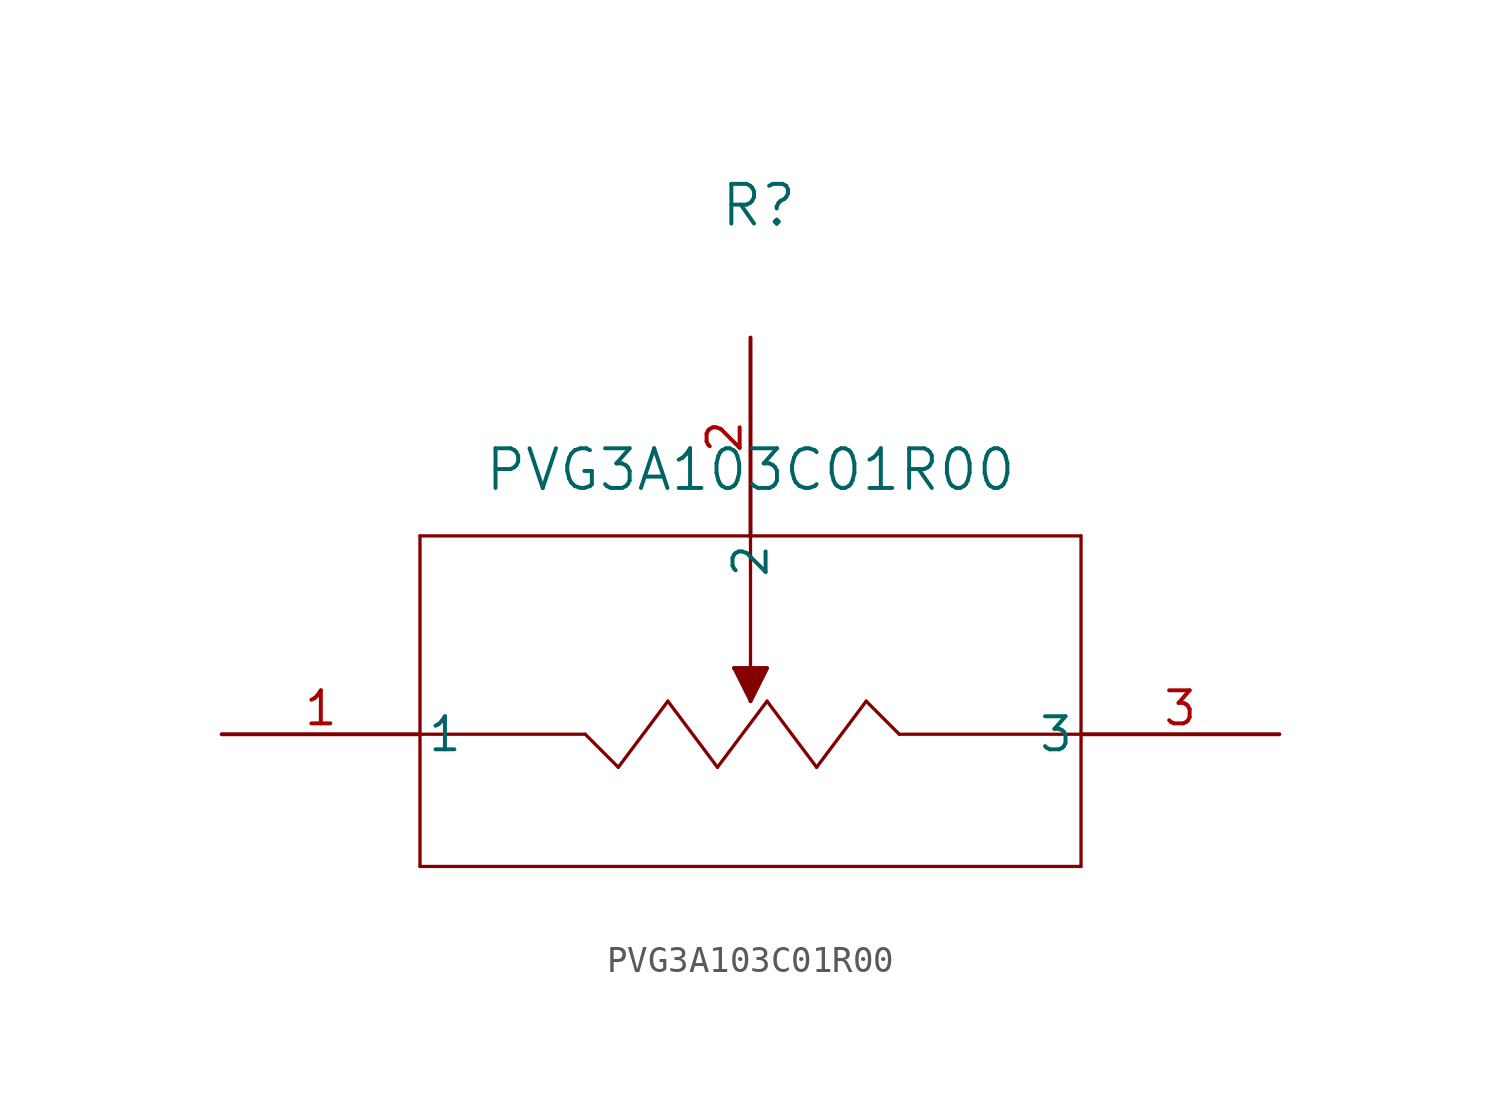
<source format=kicad_sym>
(kicad_symbol_lib
  (version 20211014)
  (generator kicad_symbol_editor)
  (symbol "PVG3A103C01R00"
    (pin_names
      (offset 0.254))
    (property "Reference" "R"
      (at 20.637 20.32 0)
      (effects (font (size 1.524 1.524))))
    (property "Value" "PVG3A103C01R00"
      (at 20.32 10.16 0)
      (effects (font (size 1.524 1.524))))
    (symbol "PVG3A103C01R00_0_1"
      (polyline (pts (xy 7.62 7.62) (xy 7.62 -5.08)) (stroke (width 0.127) (type default) (color 0 0 0 0)) (fill (type none)))
      (polyline (pts (xy 7.62 -5.08) (xy 33.02 -5.08)) (stroke (width 0.127) (type default) (color 0 0 0 0)) (fill (type none)))
      (polyline (pts (xy 33.02 -5.08) (xy 33.02 7.62)) (stroke (width 0.127) (type default) (color 0 0 0 0)) (fill (type none)))
      (polyline (pts (xy 33.02 7.62) (xy 7.62 7.62)) (stroke (width 0.127) (type default) (color 0 0 0 0)) (fill (type none)))
      (polyline (pts (xy 7.62 0) (xy 13.97 0)) (stroke (width 0.127) (type default) (color 0 0 0 0)) (fill (type none)))
      (polyline (pts (xy 13.97 0) (xy 15.24 -1.27)) (stroke (width 0.127) (type default) (color 0 0 0 0)) (fill (type none)))
      (polyline (pts (xy 15.24 -1.27) (xy 17.145 1.27)) (stroke (width 0.127) (type default) (color 0 0 0 0)) (fill (type none)))
      (polyline (pts (xy 17.145 1.27) (xy 19.05 -1.27)) (stroke (width 0.127) (type default) (color 0 0 0 0)) (fill (type none)))
      (polyline (pts (xy 19.05 -1.27) (xy 20.955 1.27)) (stroke (width 0.127) (type default) (color 0 0 0 0)) (fill (type none)))
      (polyline (pts (xy 20.955 1.27) (xy 22.86 -1.27)) (stroke (width 0.127) (type default) (color 0 0 0 0)) (fill (type none)))
      (polyline (pts (xy 22.86 -1.27) (xy 24.765 1.27)) (stroke (width 0.127) (type default) (color 0 0 0 0)) (fill (type none)))
      (polyline (pts (xy 24.765 1.27) (xy 26.035 0)) (stroke (width 0.127) (type default) (color 0 0 0 0)) (fill (type none)))
      (polyline (pts (xy 26.035 0) (xy 33.02 0)) (stroke (width 0.127) (type default) (color 0 0 0 0)) (fill (type none)))
      (polyline (pts (xy 20.32 7.62) (xy 20.32 2.54)) (stroke (width 0.127) (type default) (color 0 0 0 0)) (fill (type none)))
      (polyline (pts (xy 20.32 2.54) (xy 19.685 2.54)) (stroke (width 0.127) (type default) (color 0 0 0 0)) (fill (type none)))
      (polyline (pts (xy 20.32 2.54) (xy 20.955 2.54)) (stroke (width 0.127) (type default) (color 0 0 0 0)) (fill (type none)))
      (polyline (pts (xy 19.685 2.54) (xy 20.32 1.27)) (stroke (width 0.127) (type default) (color 0 0 0 0)) (fill (type none)))
      (polyline (pts (xy 20.955 2.54) (xy 20.32 1.27)) (stroke (width 0.127) (type default) (color 0 0 0 0)) (fill (type none)))
      (polyline (pts (xy 19.685 2.54) (xy 20.955 2.54) (xy 20.32 1.27)) (stroke (width 0) (type default) (color 0 0 0 0)) (fill (type outline)))
      (pin unspecified line (at 0 0 0) (length 7.62) (name "1" (effects (font (size 1.27 1.27)))) (number "1" (effects (font (size 1.27 1.27)))))
      (pin unspecified line (at 20.32 15.24 270) (length 7.62) (name "2" (effects (font (size 1.27 1.27)))) (number "2" (effects (font (size 1.27 1.27)))))
      (pin unspecified line (at 40.64 0 180) (length 7.62) (name "3" (effects (font (size 1.27 1.27)))) (number "3" (effects (font (size 1.27 1.27))))))))
</source>
